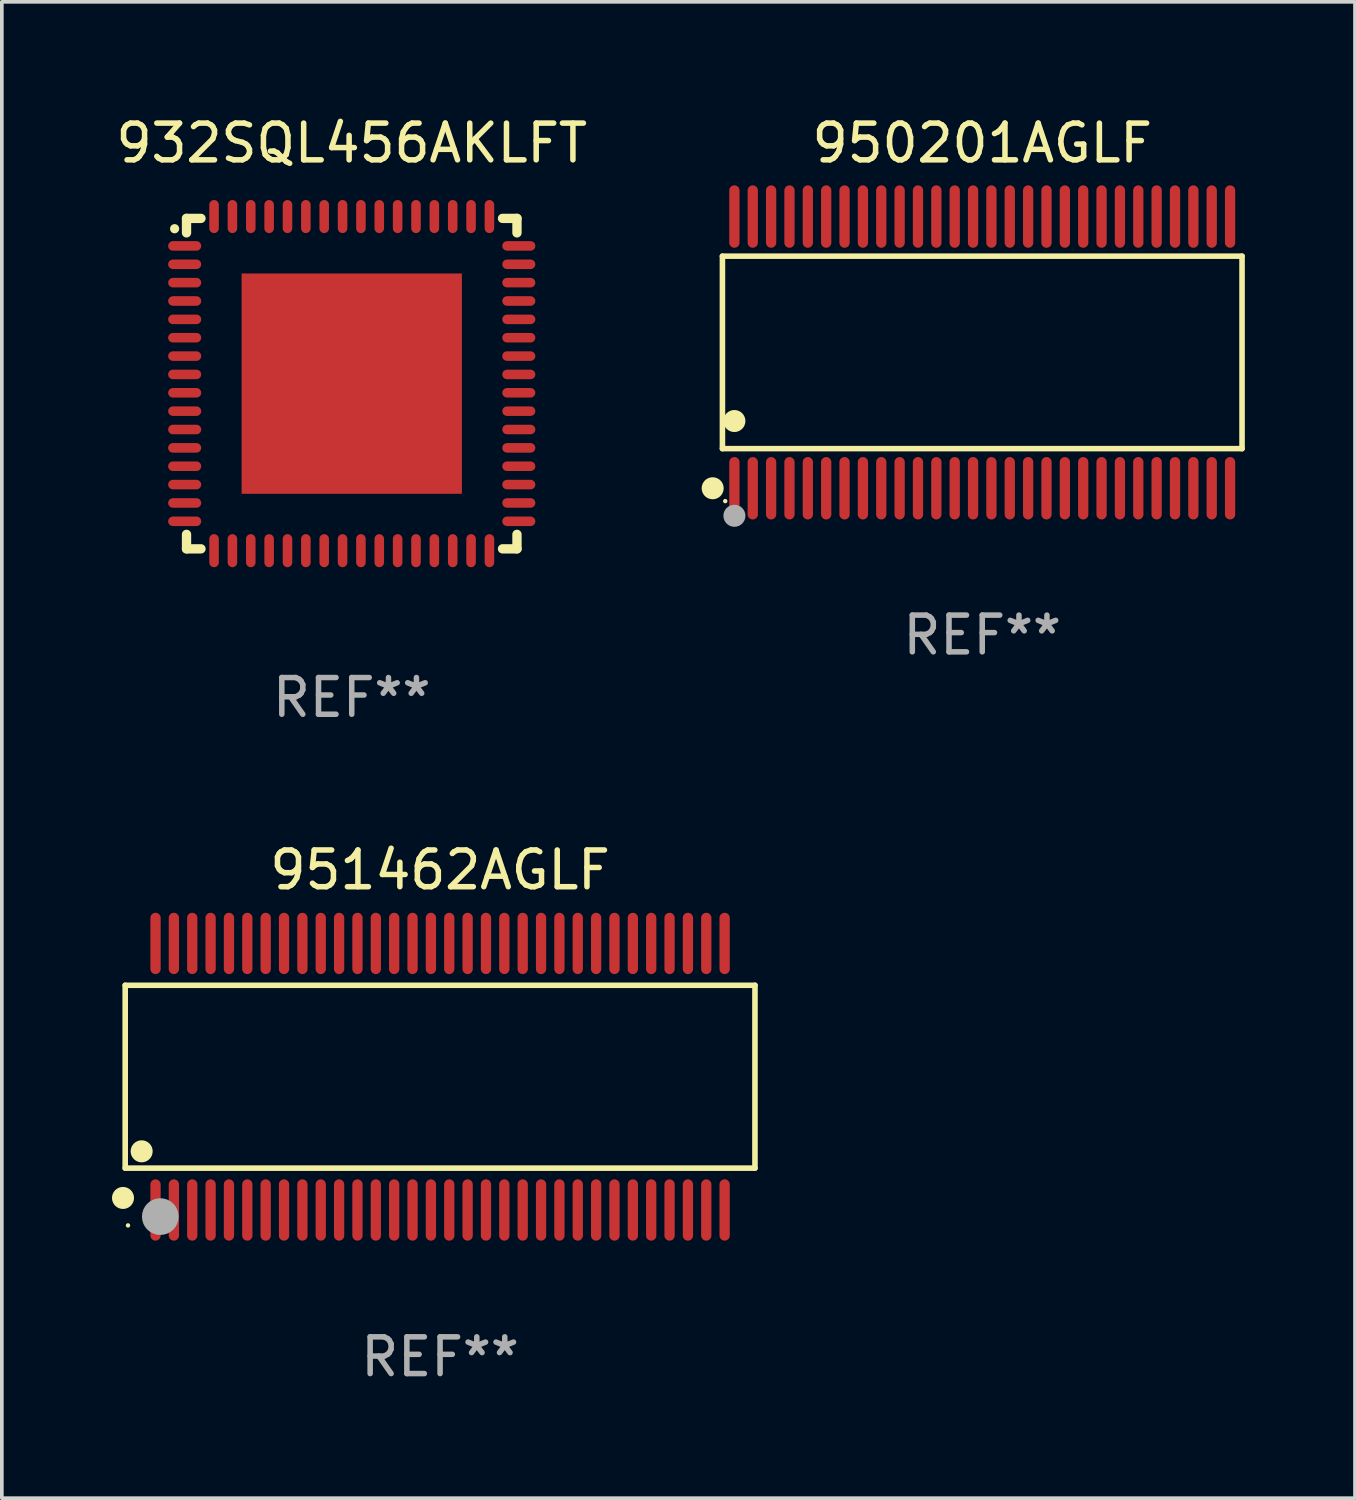
<source format=kicad_pcb>
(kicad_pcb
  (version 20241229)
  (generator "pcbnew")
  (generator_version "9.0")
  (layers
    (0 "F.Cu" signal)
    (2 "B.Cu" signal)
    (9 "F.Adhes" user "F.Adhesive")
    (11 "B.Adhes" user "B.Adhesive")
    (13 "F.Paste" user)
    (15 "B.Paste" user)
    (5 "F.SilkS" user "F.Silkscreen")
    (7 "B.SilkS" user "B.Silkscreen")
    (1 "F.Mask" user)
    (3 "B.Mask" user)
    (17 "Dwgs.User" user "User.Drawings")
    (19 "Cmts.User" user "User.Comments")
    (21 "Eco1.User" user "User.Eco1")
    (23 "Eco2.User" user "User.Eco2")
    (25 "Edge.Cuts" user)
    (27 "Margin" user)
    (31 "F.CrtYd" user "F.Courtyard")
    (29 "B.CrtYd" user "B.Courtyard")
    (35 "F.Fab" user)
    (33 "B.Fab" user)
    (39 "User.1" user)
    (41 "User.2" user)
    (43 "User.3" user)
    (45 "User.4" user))
  (footprint "932SQL456AKLFT"
    (layer "F.Cu")
    (at 6.53 7.398)
    (property "Reference" "932SQL456AKLFT" (at 0 -6.55 0) (layer "F.SilkS") (effects (font (size 1 1) (thickness 0.15))))
    (attr through_hole)
    (fp_line (start -4.5 -4.5) (end -4.106 -4.5) (stroke (width 0.254) (type solid)) (layer "F.SilkS"))
    (fp_line (start -4.5 -4.106) (end -4.5 -4.5) (stroke (width 0.254) (type solid)) (layer "F.SilkS"))
    (fp_line (start -4.5 4.5) (end -4.5 4.106) (stroke (width 0.254) (type solid)) (layer "F.SilkS"))
    (fp_line (start -4.106 4.5) (end -4.5 4.5) (stroke (width 0.254) (type solid)) (layer "F.SilkS"))
    (fp_line (start 4.106 -4.5) (end 4.5 -4.5) (stroke (width 0.254) (type solid)) (layer "F.SilkS"))
    (fp_line (start 4.5 -4.5) (end 4.5 -4.106) (stroke (width 0.254) (type solid)) (layer "F.SilkS"))
    (fp_line (start 4.5 4.106) (end 4.5 4.5) (stroke (width 0.254) (type solid)) (layer "F.SilkS"))
    (fp_line (start 4.5 4.5) (end 4.106 4.5) (stroke (width 0.254) (type solid)) (layer "F.SilkS"))
    (fp_arc (start -4.824308 -4.217501) (mid -4.824314 -4.218771) (end -4.824308 -4.220041) (stroke (width 0.24892) (type solid)) (layer "F.SilkS"))
    (fp_text user "REF**" (at 0 8.55 0) (layer "F.Fab") (effects (font (size 1 1) (thickness 0.15))))
    (pad "1" smd oval (at -4.55 -3.75) (size 0.9 0.26) (layers "F.Cu" "F.Mask" "F.Paste"))
    (pad "2" smd oval (at -4.55 -3.25) (size 0.9 0.26) (layers "F.Cu" "F.Mask" "F.Paste"))
    (pad "3" smd oval (at -4.55 -2.75) (size 0.9 0.26) (layers "F.Cu" "F.Mask" "F.Paste"))
    (pad "4" smd oval (at -4.55 -2.25) (size 0.9 0.26) (layers "F.Cu" "F.Mask" "F.Paste"))
    (pad "5" smd oval (at -4.55 -1.75) (size 0.9 0.26) (layers "F.Cu" "F.Mask" "F.Paste"))
    (pad "6" smd oval (at -4.55 -1.25) (size 0.9 0.26) (layers "F.Cu" "F.Mask" "F.Paste"))
    (pad "7" smd oval (at -4.55 -0.75) (size 0.9 0.26) (layers "F.Cu" "F.Mask" "F.Paste"))
    (pad "8" smd oval (at -4.55 -0.25) (size 0.9 0.26) (layers "F.Cu" "F.Mask" "F.Paste"))
    (pad "9" smd oval (at -4.55 0.25) (size 0.9 0.26) (layers "F.Cu" "F.Mask" "F.Paste"))
    (pad "10" smd oval (at -4.55 0.75) (size 0.9 0.26) (layers "F.Cu" "F.Mask" "F.Paste"))
    (pad "11" smd oval (at -4.55 1.25) (size 0.9 0.26) (layers "F.Cu" "F.Mask" "F.Paste"))
    (pad "12" smd oval (at -4.55 1.75) (size 0.9 0.26) (layers "F.Cu" "F.Mask" "F.Paste"))
    (pad "13" smd oval (at -4.55 2.25) (size 0.9 0.26) (layers "F.Cu" "F.Mask" "F.Paste"))
    (pad "14" smd oval (at -4.55 2.75) (size 0.9 0.26) (layers "F.Cu" "F.Mask" "F.Paste"))
    (pad "15" smd oval (at -4.55 3.25) (size 0.9 0.26) (layers "F.Cu" "F.Mask" "F.Paste"))
    (pad "16" smd oval (at -4.55 3.75) (size 0.9 0.26) (layers "F.Cu" "F.Mask" "F.Paste"))
    (pad "17" smd oval (at -3.75 4.55) (size 0.26 0.9) (layers "F.Cu" "F.Mask" "F.Paste"))
    (pad "18" smd oval (at -3.25 4.55) (size 0.26 0.9) (layers "F.Cu" "F.Mask" "F.Paste"))
    (pad "19" smd oval (at -2.75 4.55) (size 0.26 0.9) (layers "F.Cu" "F.Mask" "F.Paste"))
    (pad "20" smd oval (at -2.25 4.55) (size 0.26 0.9) (layers "F.Cu" "F.Mask" "F.Paste"))
    (pad "21" smd oval (at -1.75 4.55) (size 0.26 0.9) (layers "F.Cu" "F.Mask" "F.Paste"))
    (pad "22" smd oval (at -1.25 4.55) (size 0.26 0.9) (layers "F.Cu" "F.Mask" "F.Paste"))
    (pad "23" smd oval (at -0.75 4.55) (size 0.26 0.9) (layers "F.Cu" "F.Mask" "F.Paste"))
    (pad "24" smd oval (at -0.25 4.55) (size 0.26 0.9) (layers "F.Cu" "F.Mask" "F.Paste"))
    (pad "25" smd oval (at 0.25 4.55) (size 0.26 0.9) (layers "F.Cu" "F.Mask" "F.Paste"))
    (pad "26" smd oval (at 0.75 4.55) (size 0.26 0.9) (layers "F.Cu" "F.Mask" "F.Paste"))
    (pad "27" smd oval (at 1.25 4.55) (size 0.26 0.9) (layers "F.Cu" "F.Mask" "F.Paste"))
    (pad "28" smd oval (at 1.75 4.55) (size 0.26 0.9) (layers "F.Cu" "F.Mask" "F.Paste"))
    (pad "29" smd oval (at 2.25 4.55) (size 0.26 0.9) (layers "F.Cu" "F.Mask" "F.Paste"))
    (pad "30" smd oval (at 2.75 4.55) (size 0.26 0.9) (layers "F.Cu" "F.Mask" "F.Paste"))
    (pad "31" smd oval (at 3.25 4.55) (size 0.26 0.9) (layers "F.Cu" "F.Mask" "F.Paste"))
    (pad "32" smd oval (at 3.75 4.55) (size 0.26 0.9) (layers "F.Cu" "F.Mask" "F.Paste"))
    (pad "33" smd oval (at 4.55 3.75) (size 0.9 0.26) (layers "F.Cu" "F.Mask" "F.Paste"))
    (pad "34" smd oval (at 4.55 3.25) (size 0.9 0.26) (layers "F.Cu" "F.Mask" "F.Paste"))
    (pad "35" smd oval (at 4.55 2.75) (size 0.9 0.26) (layers "F.Cu" "F.Mask" "F.Paste"))
    (pad "36" smd oval (at 4.55 2.25) (size 0.9 0.26) (layers "F.Cu" "F.Mask" "F.Paste"))
    (pad "37" smd oval (at 4.55 1.75) (size 0.9 0.26) (layers "F.Cu" "F.Mask" "F.Paste"))
    (pad "38" smd oval (at 4.55 1.25) (size 0.9 0.26) (layers "F.Cu" "F.Mask" "F.Paste"))
    (pad "39" smd oval (at 4.55 0.75) (size 0.9 0.26) (layers "F.Cu" "F.Mask" "F.Paste"))
    (pad "40" smd oval (at 4.55 0.25) (size 0.9 0.26) (layers "F.Cu" "F.Mask" "F.Paste"))
    (pad "41" smd oval (at 4.55 -0.25) (size 0.9 0.26) (layers "F.Cu" "F.Mask" "F.Paste"))
    (pad "42" smd oval (at 4.55 -0.75) (size 0.9 0.26) (layers "F.Cu" "F.Mask" "F.Paste"))
    (pad "43" smd oval (at 4.55 -1.25) (size 0.9 0.26) (layers "F.Cu" "F.Mask" "F.Paste"))
    (pad "44" smd oval (at 4.55 -1.75) (size 0.9 0.26) (layers "F.Cu" "F.Mask" "F.Paste"))
    (pad "45" smd oval (at 4.55 -2.25) (size 0.9 0.26) (layers "F.Cu" "F.Mask" "F.Paste"))
    (pad "46" smd oval (at 4.55 -2.75) (size 0.9 0.26) (layers "F.Cu" "F.Mask" "F.Paste"))
    (pad "47" smd oval (at 4.55 -3.25) (size 0.9 0.26) (layers "F.Cu" "F.Mask" "F.Paste"))
    (pad "48" smd oval (at 4.55 -3.75) (size 0.9 0.26) (layers "F.Cu" "F.Mask" "F.Paste"))
    (pad "49" smd oval (at 3.75 -4.55) (size 0.26 0.9) (layers "F.Cu" "F.Mask" "F.Paste"))
    (pad "50" smd oval (at 3.25 -4.55) (size 0.26 0.9) (layers "F.Cu" "F.Mask" "F.Paste"))
    (pad "51" smd oval (at 2.75 -4.55) (size 0.26 0.9) (layers "F.Cu" "F.Mask" "F.Paste"))
    (pad "52" smd oval (at 2.25 -4.55) (size 0.26 0.9) (layers "F.Cu" "F.Mask" "F.Paste"))
    (pad "53" smd oval (at 1.75 -4.55) (size 0.26 0.9) (layers "F.Cu" "F.Mask" "F.Paste"))
    (pad "54" smd oval (at 1.25 -4.55) (size 0.26 0.9) (layers "F.Cu" "F.Mask" "F.Paste"))
    (pad "55" smd oval (at 0.75 -4.55) (size 0.26 0.9) (layers "F.Cu" "F.Mask" "F.Paste"))
    (pad "56" smd oval (at 0.25 -4.55) (size 0.26 0.9) (layers "F.Cu" "F.Mask" "F.Paste"))
    (pad "57" smd oval (at -0.25 -4.55) (size 0.26 0.9) (layers "F.Cu" "F.Mask" "F.Paste"))
    (pad "58" smd oval (at -0.75 -4.55) (size 0.26 0.9) (layers "F.Cu" "F.Mask" "F.Paste"))
    (pad "59" smd oval (at -1.25 -4.55) (size 0.26 0.9) (layers "F.Cu" "F.Mask" "F.Paste"))
    (pad "60" smd oval (at -1.75 -4.55) (size 0.26 0.9) (layers "F.Cu" "F.Mask" "F.Paste"))
    (pad "61" smd oval (at -2.25 -4.55) (size 0.26 0.9) (layers "F.Cu" "F.Mask" "F.Paste"))
    (pad "62" smd oval (at -2.75 -4.55) (size 0.26 0.9) (layers "F.Cu" "F.Mask" "F.Paste"))
    (pad "63" smd oval (at -3.25 -4.55) (size 0.26 0.9) (layers "F.Cu" "F.Mask" "F.Paste"))
    (pad "64" smd oval (at -3.75 -4.55) (size 0.26 0.9) (layers "F.Cu" "F.Mask" "F.Paste"))
    (pad "65" smd rect (at 0 0.000381) (size 6 6) (layers "F.Cu" "F.Mask" "F.Paste")))
  (footprint "951462AGLF"
    (layer "F.Cu")
    (at 8.936 26.275)
    (property "Reference" "951462AGLF" (at 0 -5.63 0) (layer "F.SilkS") (effects (font (size 1 1) (thickness 0.15))))
    (attr through_hole)
    (fp_line (start -8.576 -2.49) (end 8.576 -2.49) (stroke (width 0.152) (type solid)) (layer "F.SilkS"))
    (fp_line (start -8.576 2.49) (end -8.576 -2.49) (stroke (width 0.152) (type solid)) (layer "F.SilkS"))
    (fp_line (start 8.576 -2.49) (end 8.576 2.49) (stroke (width 0.152) (type solid)) (layer "F.SilkS"))
    (fp_line (start 8.576 2.49) (end -8.576 2.49) (stroke (width 0.152) (type solid)) (layer "F.SilkS"))
    (fp_circle (center -8.636 3.302) (end -8.486 3.302) (stroke (width 0.3) (type solid)) (fill no) (layer "F.SilkS"))
    (fp_circle (center -8.5 4.05) (end -8.47 4.05) (stroke (width 0.06) (type solid)) (fill no) (layer "F.SilkS"))
    (fp_circle (center -8.128 2.032) (end -7.978 2.032) (stroke (width 0.3) (type solid)) (fill no) (layer "F.SilkS"))
    (fp_circle (center -7.62 3.81) (end -7.37 3.81) (stroke (width 0.5) (type solid)) (fill no) (layer "F.Fab"))
    (fp_text user "REF**" (at 0 7.63 0) (layer "F.Fab") (effects (font (size 1 1) (thickness 0.15))))
    (pad "1" smd oval (at -7.75 3.63) (size 0.28 1.67) (layers "F.Cu" "F.Mask" "F.Paste"))
    (pad "2" smd oval (at -7.25 3.63) (size 0.28 1.67) (layers "F.Cu" "F.Mask" "F.Paste"))
    (pad "3" smd oval (at -6.75 3.63) (size 0.28 1.67) (layers "F.Cu" "F.Mask" "F.Paste"))
    (pad "4" smd oval (at -6.25 3.63) (size 0.28 1.67) (layers "F.Cu" "F.Mask" "F.Paste"))
    (pad "5" smd oval (at -5.75 3.63) (size 0.28 1.67) (layers "F.Cu" "F.Mask" "F.Paste"))
    (pad "6" smd oval (at -5.25 3.63) (size 0.28 1.67) (layers "F.Cu" "F.Mask" "F.Paste"))
    (pad "7" smd oval (at -4.75 3.63) (size 0.28 1.67) (layers "F.Cu" "F.Mask" "F.Paste"))
    (pad "8" smd oval (at -4.25 3.63) (size 0.28 1.67) (layers "F.Cu" "F.Mask" "F.Paste"))
    (pad "9" smd oval (at -3.75 3.63) (size 0.28 1.67) (layers "F.Cu" "F.Mask" "F.Paste"))
    (pad "10" smd oval (at -3.25 3.63) (size 0.28 1.67) (layers "F.Cu" "F.Mask" "F.Paste"))
    (pad "11" smd oval (at -2.75 3.63) (size 0.28 1.67) (layers "F.Cu" "F.Mask" "F.Paste"))
    (pad "12" smd oval (at -2.25 3.63) (size 0.28 1.67) (layers "F.Cu" "F.Mask" "F.Paste"))
    (pad "13" smd oval (at -1.75 3.63) (size 0.28 1.67) (layers "F.Cu" "F.Mask" "F.Paste"))
    (pad "14" smd oval (at -1.25 3.63) (size 0.28 1.67) (layers "F.Cu" "F.Mask" "F.Paste"))
    (pad "15" smd oval (at -0.75 3.63) (size 0.28 1.67) (layers "F.Cu" "F.Mask" "F.Paste"))
    (pad "16" smd oval (at -0.25 3.63) (size 0.28 1.67) (layers "F.Cu" "F.Mask" "F.Paste"))
    (pad "17" smd oval (at 0.25 3.63) (size 0.28 1.67) (layers "F.Cu" "F.Mask" "F.Paste"))
    (pad "18" smd oval (at 0.75 3.63) (size 0.28 1.67) (layers "F.Cu" "F.Mask" "F.Paste"))
    (pad "19" smd oval (at 1.25 3.63) (size 0.28 1.67) (layers "F.Cu" "F.Mask" "F.Paste"))
    (pad "20" smd oval (at 1.75 3.63) (size 0.28 1.67) (layers "F.Cu" "F.Mask" "F.Paste"))
    (pad "21" smd oval (at 2.25 3.63) (size 0.28 1.67) (layers "F.Cu" "F.Mask" "F.Paste"))
    (pad "22" smd oval (at 2.75 3.63) (size 0.28 1.67) (layers "F.Cu" "F.Mask" "F.Paste"))
    (pad "23" smd oval (at 3.25 3.63) (size 0.28 1.67) (layers "F.Cu" "F.Mask" "F.Paste"))
    (pad "24" smd oval (at 3.75 3.63) (size 0.28 1.67) (layers "F.Cu" "F.Mask" "F.Paste"))
    (pad "25" smd oval (at 4.25 3.63) (size 0.28 1.67) (layers "F.Cu" "F.Mask" "F.Paste"))
    (pad "26" smd oval (at 4.75 3.63) (size 0.28 1.67) (layers "F.Cu" "F.Mask" "F.Paste"))
    (pad "27" smd oval (at 5.25 3.63) (size 0.28 1.67) (layers "F.Cu" "F.Mask" "F.Paste"))
    (pad "28" smd oval (at 5.75 3.63) (size 0.28 1.67) (layers "F.Cu" "F.Mask" "F.Paste"))
    (pad "29" smd oval (at 6.25 3.63) (size 0.28 1.67) (layers "F.Cu" "F.Mask" "F.Paste"))
    (pad "30" smd oval (at 6.75 3.63) (size 0.28 1.67) (layers "F.Cu" "F.Mask" "F.Paste"))
    (pad "31" smd oval (at 7.25 3.63) (size 0.28 1.67) (layers "F.Cu" "F.Mask" "F.Paste"))
    (pad "32" smd oval (at 7.75 3.63) (size 0.28 1.67) (layers "F.Cu" "F.Mask" "F.Paste"))
    (pad "33" smd oval (at 7.75 -3.63) (size 0.28 1.67) (layers "F.Cu" "F.Mask" "F.Paste"))
    (pad "34" smd oval (at 7.25 -3.63) (size 0.28 1.67) (layers "F.Cu" "F.Mask" "F.Paste"))
    (pad "35" smd oval (at 6.75 -3.63) (size 0.28 1.67) (layers "F.Cu" "F.Mask" "F.Paste"))
    (pad "36" smd oval (at 6.25 -3.63) (size 0.28 1.67) (layers "F.Cu" "F.Mask" "F.Paste"))
    (pad "37" smd oval (at 5.75 -3.63) (size 0.28 1.67) (layers "F.Cu" "F.Mask" "F.Paste"))
    (pad "38" smd oval (at 5.25 -3.63) (size 0.28 1.67) (layers "F.Cu" "F.Mask" "F.Paste"))
    (pad "39" smd oval (at 4.75 -3.63) (size 0.28 1.67) (layers "F.Cu" "F.Mask" "F.Paste"))
    (pad "40" smd oval (at 4.25 -3.63) (size 0.28 1.67) (layers "F.Cu" "F.Mask" "F.Paste"))
    (pad "41" smd oval (at 3.75 -3.63) (size 0.28 1.67) (layers "F.Cu" "F.Mask" "F.Paste"))
    (pad "42" smd oval (at 3.25 -3.63) (size 0.28 1.67) (layers "F.Cu" "F.Mask" "F.Paste"))
    (pad "43" smd oval (at 2.75 -3.63) (size 0.28 1.67) (layers "F.Cu" "F.Mask" "F.Paste"))
    (pad "44" smd oval (at 2.25 -3.63) (size 0.28 1.67) (layers "F.Cu" "F.Mask" "F.Paste"))
    (pad "45" smd oval (at 1.75 -3.63) (size 0.28 1.67) (layers "F.Cu" "F.Mask" "F.Paste"))
    (pad "46" smd oval (at 1.25 -3.63) (size 0.28 1.67) (layers "F.Cu" "F.Mask" "F.Paste"))
    (pad "47" smd oval (at 0.75 -3.63) (size 0.28 1.67) (layers "F.Cu" "F.Mask" "F.Paste"))
    (pad "48" smd oval (at 0.25 -3.63) (size 0.28 1.67) (layers "F.Cu" "F.Mask" "F.Paste"))
    (pad "49" smd oval (at -0.25 -3.63) (size 0.28 1.67) (layers "F.Cu" "F.Mask" "F.Paste"))
    (pad "50" smd oval (at -0.75 -3.63) (size 0.28 1.67) (layers "F.Cu" "F.Mask" "F.Paste"))
    (pad "51" smd oval (at -1.25 -3.63) (size 0.28 1.67) (layers "F.Cu" "F.Mask" "F.Paste"))
    (pad "52" smd oval (at -1.75 -3.63) (size 0.28 1.67) (layers "F.Cu" "F.Mask" "F.Paste"))
    (pad "53" smd oval (at -2.25 -3.63) (size 0.28 1.67) (layers "F.Cu" "F.Mask" "F.Paste"))
    (pad "54" smd oval (at -2.75 -3.63) (size 0.28 1.67) (layers "F.Cu" "F.Mask" "F.Paste"))
    (pad "55" smd oval (at -3.25 -3.63) (size 0.28 1.67) (layers "F.Cu" "F.Mask" "F.Paste"))
    (pad "56" smd oval (at -3.75 -3.63) (size 0.28 1.67) (layers "F.Cu" "F.Mask" "F.Paste"))
    (pad "57" smd oval (at -4.25 -3.63) (size 0.28 1.67) (layers "F.Cu" "F.Mask" "F.Paste"))
    (pad "58" smd oval (at -4.75 -3.63) (size 0.28 1.67) (layers "F.Cu" "F.Mask" "F.Paste"))
    (pad "59" smd oval (at -5.25 -3.63) (size 0.28 1.67) (layers "F.Cu" "F.Mask" "F.Paste"))
    (pad "60" smd oval (at -5.75 -3.63) (size 0.28 1.67) (layers "F.Cu" "F.Mask" "F.Paste"))
    (pad "61" smd oval (at -6.25 -3.63) (size 0.28 1.67) (layers "F.Cu" "F.Mask" "F.Paste"))
    (pad "62" smd oval (at -6.75 -3.63) (size 0.28 1.67) (layers "F.Cu" "F.Mask" "F.Paste"))
    (pad "63" smd oval (at -7.25 -3.63) (size 0.28 1.67) (layers "F.Cu" "F.Mask" "F.Paste"))
    (pad "64" smd oval (at -7.75 -3.63) (size 0.28 1.67) (layers "F.Cu" "F.Mask" "F.Paste")))
  (footprint "950201AGLF"
    (layer "F.Cu")
    (at 23.702 6.548)
    (property "Reference" "950201AGLF" (at 0 -5.7 0) (layer "F.SilkS") (effects (font (size 1 1) (thickness 0.15))))
    (attr through_hole)
    (fp_line (start -7.076 -2.621) (end 7.076 -2.621) (stroke (width 0.152) (type solid)) (layer "F.SilkS"))
    (fp_line (start -7.076 2.621) (end -7.076 -2.621) (stroke (width 0.152) (type solid)) (layer "F.SilkS"))
    (fp_line (start 7.076 -2.621) (end 7.076 2.621) (stroke (width 0.152) (type solid)) (layer "F.SilkS"))
    (fp_line (start 7.076 2.621) (end -7.076 2.621) (stroke (width 0.152) (type solid)) (layer "F.SilkS"))
    (fp_circle (center -7.342 3.7) (end -7.192 3.7) (stroke (width 0.3) (type solid)) (fill no) (layer "F.SilkS"))
    (fp_circle (center -7 4.05) (end -6.97 4.05) (stroke (width 0.06) (type solid)) (fill no) (layer "F.SilkS"))
    (fp_circle (center -6.75 1.869) (end -6.6 1.869) (stroke (width 0.3) (type solid)) (fill no) (layer "F.SilkS"))
    (fp_circle (center -6.75 4.45) (end -6.6 4.45) (stroke (width 0.3) (type solid)) (fill no) (layer "F.Fab"))
    (fp_text user "REF**" (at 0 7.7 0) (layer "F.Fab") (effects (font (size 1 1) (thickness 0.15))))
    (pad "1" smd oval (at -6.75 3.7) (size 0.28 1.7) (layers "F.Cu" "F.Mask" "F.Paste"))
    (pad "2" smd oval (at -6.25 3.7) (size 0.28 1.7) (layers "F.Cu" "F.Mask" "F.Paste"))
    (pad "3" smd oval (at -5.75 3.7) (size 0.28 1.7) (layers "F.Cu" "F.Mask" "F.Paste"))
    (pad "4" smd oval (at -5.25 3.7) (size 0.28 1.7) (layers "F.Cu" "F.Mask" "F.Paste"))
    (pad "5" smd oval (at -4.75 3.7) (size 0.28 1.7) (layers "F.Cu" "F.Mask" "F.Paste"))
    (pad "6" smd oval (at -4.25 3.7) (size 0.28 1.7) (layers "F.Cu" "F.Mask" "F.Paste"))
    (pad "7" smd oval (at -3.75 3.7) (size 0.28 1.7) (layers "F.Cu" "F.Mask" "F.Paste"))
    (pad "8" smd oval (at -3.25 3.7) (size 0.28 1.7) (layers "F.Cu" "F.Mask" "F.Paste"))
    (pad "9" smd oval (at -2.75 3.7) (size 0.28 1.7) (layers "F.Cu" "F.Mask" "F.Paste"))
    (pad "10" smd oval (at -2.25 3.7) (size 0.28 1.7) (layers "F.Cu" "F.Mask" "F.Paste"))
    (pad "11" smd oval (at -1.75 3.7) (size 0.28 1.7) (layers "F.Cu" "F.Mask" "F.Paste"))
    (pad "12" smd oval (at -1.25 3.7) (size 0.28 1.7) (layers "F.Cu" "F.Mask" "F.Paste"))
    (pad "13" smd oval (at -0.75 3.7) (size 0.28 1.7) (layers "F.Cu" "F.Mask" "F.Paste"))
    (pad "14" smd oval (at -0.25 3.7) (size 0.28 1.7) (layers "F.Cu" "F.Mask" "F.Paste"))
    (pad "15" smd oval (at 0.25 3.7) (size 0.28 1.7) (layers "F.Cu" "F.Mask" "F.Paste"))
    (pad "16" smd oval (at 0.75 3.7) (size 0.28 1.7) (layers "F.Cu" "F.Mask" "F.Paste"))
    (pad "17" smd oval (at 1.25 3.7) (size 0.28 1.7) (layers "F.Cu" "F.Mask" "F.Paste"))
    (pad "18" smd oval (at 1.75 3.7) (size 0.28 1.7) (layers "F.Cu" "F.Mask" "F.Paste"))
    (pad "19" smd oval (at 2.25 3.7) (size 0.28 1.7) (layers "F.Cu" "F.Mask" "F.Paste"))
    (pad "20" smd oval (at 2.75 3.7) (size 0.28 1.7) (layers "F.Cu" "F.Mask" "F.Paste"))
    (pad "21" smd oval (at 3.25 3.7) (size 0.28 1.7) (layers "F.Cu" "F.Mask" "F.Paste"))
    (pad "22" smd oval (at 3.75 3.7) (size 0.28 1.7) (layers "F.Cu" "F.Mask" "F.Paste"))
    (pad "23" smd oval (at 4.25 3.7) (size 0.28 1.7) (layers "F.Cu" "F.Mask" "F.Paste"))
    (pad "24" smd oval (at 4.75 3.7) (size 0.28 1.7) (layers "F.Cu" "F.Mask" "F.Paste"))
    (pad "25" smd oval (at 5.25 3.7) (size 0.28 1.7) (layers "F.Cu" "F.Mask" "F.Paste"))
    (pad "26" smd oval (at 5.75 3.7) (size 0.28 1.7) (layers "F.Cu" "F.Mask" "F.Paste"))
    (pad "27" smd oval (at 6.25 3.7) (size 0.28 1.7) (layers "F.Cu" "F.Mask" "F.Paste"))
    (pad "28" smd oval (at 6.75 3.7) (size 0.28 1.7) (layers "F.Cu" "F.Mask" "F.Paste"))
    (pad "29" smd oval (at 6.75 -3.7) (size 0.28 1.7) (layers "F.Cu" "F.Mask" "F.Paste"))
    (pad "30" smd oval (at 6.25 -3.7) (size 0.28 1.7) (layers "F.Cu" "F.Mask" "F.Paste"))
    (pad "31" smd oval (at 5.75 -3.7) (size 0.28 1.7) (layers "F.Cu" "F.Mask" "F.Paste"))
    (pad "32" smd oval (at 5.25 -3.7) (size 0.28 1.7) (layers "F.Cu" "F.Mask" "F.Paste"))
    (pad "33" smd oval (at 4.75 -3.7) (size 0.28 1.7) (layers "F.Cu" "F.Mask" "F.Paste"))
    (pad "34" smd oval (at 4.25 -3.7) (size 0.28 1.7) (layers "F.Cu" "F.Mask" "F.Paste"))
    (pad "35" smd oval (at 3.75 -3.7) (size 0.28 1.7) (layers "F.Cu" "F.Mask" "F.Paste"))
    (pad "36" smd oval (at 3.25 -3.7) (size 0.28 1.7) (layers "F.Cu" "F.Mask" "F.Paste"))
    (pad "37" smd oval (at 2.75 -3.7) (size 0.28 1.7) (layers "F.Cu" "F.Mask" "F.Paste"))
    (pad "38" smd oval (at 2.25 -3.7) (size 0.28 1.7) (layers "F.Cu" "F.Mask" "F.Paste"))
    (pad "39" smd oval (at 1.75 -3.7) (size 0.28 1.7) (layers "F.Cu" "F.Mask" "F.Paste"))
    (pad "40" smd oval (at 1.25 -3.7) (size 0.28 1.7) (layers "F.Cu" "F.Mask" "F.Paste"))
    (pad "41" smd oval (at 0.75 -3.7) (size 0.28 1.7) (layers "F.Cu" "F.Mask" "F.Paste"))
    (pad "42" smd oval (at 0.25 -3.7) (size 0.28 1.7) (layers "F.Cu" "F.Mask" "F.Paste"))
    (pad "43" smd oval (at -0.25 -3.7) (size 0.28 1.7) (layers "F.Cu" "F.Mask" "F.Paste"))
    (pad "44" smd oval (at -0.75 -3.7) (size 0.28 1.7) (layers "F.Cu" "F.Mask" "F.Paste"))
    (pad "45" smd oval (at -1.25 -3.7) (size 0.28 1.7) (layers "F.Cu" "F.Mask" "F.Paste"))
    (pad "46" smd oval (at -1.75 -3.7) (size 0.28 1.7) (layers "F.Cu" "F.Mask" "F.Paste"))
    (pad "47" smd oval (at -2.25 -3.7) (size 0.28 1.7) (layers "F.Cu" "F.Mask" "F.Paste"))
    (pad "48" smd oval (at -2.75 -3.7) (size 0.28 1.7) (layers "F.Cu" "F.Mask" "F.Paste"))
    (pad "49" smd oval (at -3.25 -3.7) (size 0.28 1.7) (layers "F.Cu" "F.Mask" "F.Paste"))
    (pad "50" smd oval (at -3.75 -3.7) (size 0.28 1.7) (layers "F.Cu" "F.Mask" "F.Paste"))
    (pad "51" smd oval (at -4.25 -3.7) (size 0.28 1.7) (layers "F.Cu" "F.Mask" "F.Paste"))
    (pad "52" smd oval (at -4.75 -3.7) (size 0.28 1.7) (layers "F.Cu" "F.Mask" "F.Paste"))
    (pad "53" smd oval (at -5.25 -3.7) (size 0.28 1.7) (layers "F.Cu" "F.Mask" "F.Paste"))
    (pad "54" smd oval (at -5.75 -3.7) (size 0.28 1.7) (layers "F.Cu" "F.Mask" "F.Paste"))
    (pad "55" smd oval (at -6.25 -3.7) (size 0.28 1.7) (layers "F.Cu" "F.Mask" "F.Paste"))
    (pad "56" smd oval (at -6.75 -3.7) (size 0.28 1.7) (layers "F.Cu" "F.Mask" "F.Paste")))
  (gr_rect
    (start -3 -3)
    (end 33.854 37.753)
    (stroke (width 0.1) (type default))
    (fill no)
    (layer "Edge.Cuts")))
</source>
